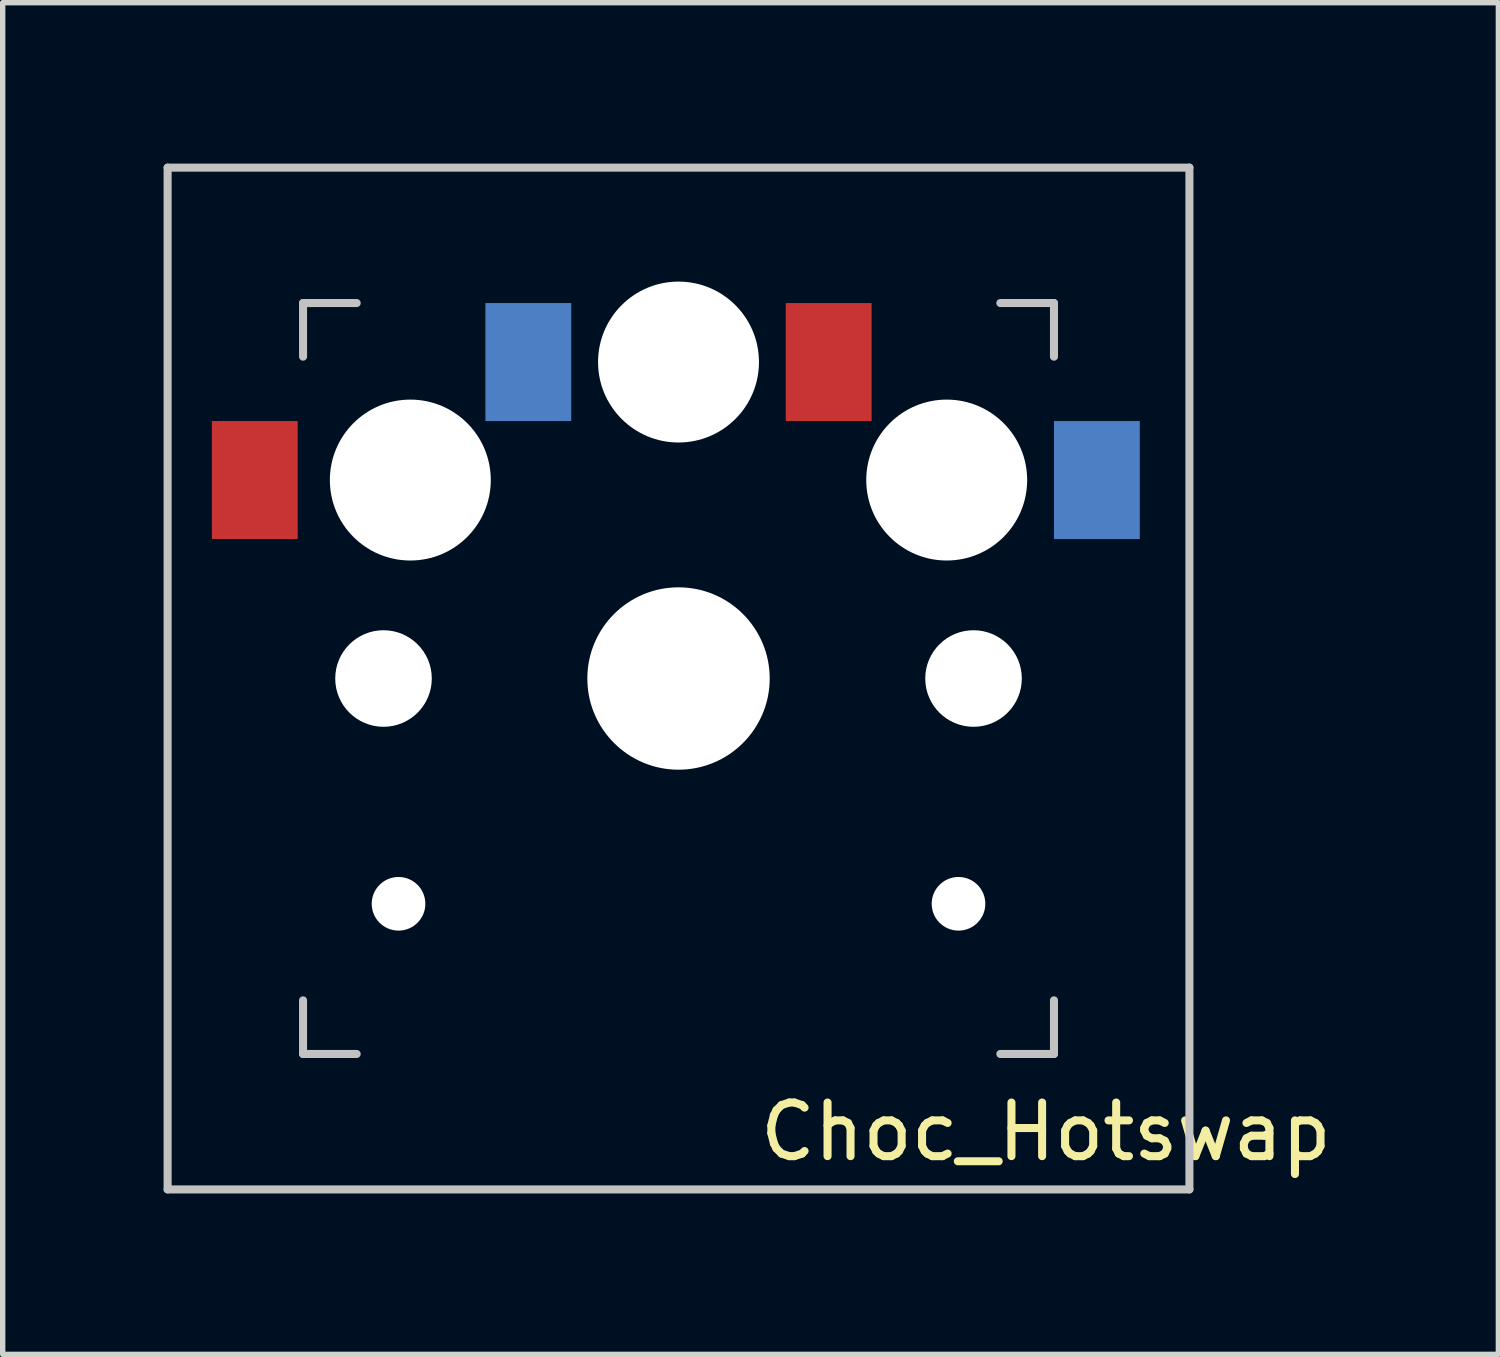
<source format=kicad_pcb>
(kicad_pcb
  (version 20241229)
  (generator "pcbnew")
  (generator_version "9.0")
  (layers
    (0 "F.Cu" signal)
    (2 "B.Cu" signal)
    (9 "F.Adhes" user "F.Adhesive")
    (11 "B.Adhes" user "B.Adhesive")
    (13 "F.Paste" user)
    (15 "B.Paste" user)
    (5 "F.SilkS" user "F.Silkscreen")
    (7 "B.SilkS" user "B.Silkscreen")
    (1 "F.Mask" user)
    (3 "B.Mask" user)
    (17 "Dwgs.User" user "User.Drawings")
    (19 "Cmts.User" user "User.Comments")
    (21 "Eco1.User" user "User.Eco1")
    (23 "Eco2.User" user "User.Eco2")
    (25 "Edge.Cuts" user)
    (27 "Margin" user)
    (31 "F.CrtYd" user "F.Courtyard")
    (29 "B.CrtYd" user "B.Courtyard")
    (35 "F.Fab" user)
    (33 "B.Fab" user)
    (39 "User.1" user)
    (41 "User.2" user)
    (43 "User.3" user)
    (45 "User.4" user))
  (footprint "Choc_Hotswap"
    (layer "F.Cu")
    (at 9.6 9.6)
    (property "Reference" "Choc_Hotswap" (at 6.85 8.45 180) (layer "F.SilkS") (effects (font (size 1 1) (thickness 0.15))))
    (attr through_hole)
    (fp_line (start -9.525 -9.525) (end 9.525 -9.525) (stroke (width 0.15) (type solid)) (layer "Dwgs.User"))
    (fp_line (start -9.525 9.525) (end -9.525 -9.525) (stroke (width 0.15) (type solid)) (layer "Dwgs.User"))
    (fp_line (start -7 -7) (end -7 -6) (stroke (width 0.15) (type solid)) (layer "Dwgs.User"))
    (fp_line (start -7 6) (end -7 7) (stroke (width 0.15) (type solid)) (layer "Dwgs.User"))
    (fp_line (start -7 7) (end -6 7) (stroke (width 0.15) (type solid)) (layer "Dwgs.User"))
    (fp_line (start -6 -7) (end -7 -7) (stroke (width 0.15) (type solid)) (layer "Dwgs.User"))
    (fp_line (start 6 -7) (end 7 -7) (stroke (width 0.15) (type solid)) (layer "Dwgs.User"))
    (fp_line (start 7 -7) (end 7 -6) (stroke (width 0.15) (type solid)) (layer "Dwgs.User"))
    (fp_line (start 7 6) (end 7 7) (stroke (width 0.15) (type solid)) (layer "Dwgs.User"))
    (fp_line (start 7 7) (end 6 7) (stroke (width 0.15) (type solid)) (layer "Dwgs.User"))
    (fp_line (start 9.525 -9.525) (end 9.525 9.525) (stroke (width 0.15) (type solid)) (layer "Dwgs.User"))
    (fp_line (start 9.525 9.525) (end -9.525 9.525) (stroke (width 0.15) (type solid)) (layer "Dwgs.User"))
    (pad "" np_thru_hole circle (at -5.5 0 270) (size 1.8 1.8) (drill 1.8) (layers "*.Cu" "*.Mask"))
    (pad "" np_thru_hole circle (at -5.22 4.2) (size 1 1) (drill 1) (layers "*.Cu" "*.Mask"))
    (pad "" np_thru_hole circle (at -5 -3.7 90) (size 3 3) (drill 3) (layers "*.Cu" "*.Mask"))
    (pad "" np_thru_hole circle (at 0 -5.9 270) (size 3 3) (drill 3) (layers "*.Cu" "*.Mask"))
    (pad "" np_thru_hole circle (at 0 0 270) (size 3.4 3.4) (drill 3.4) (layers "*.Cu" "*.Mask"))
    (pad "" np_thru_hole circle (at 5 -3.7 270) (size 3 3) (drill 3) (layers "*.Cu" "*.Mask"))
    (pad "" np_thru_hole circle (at 5.22 4.2) (size 1 1) (drill 1) (layers "*.Cu" "*.Mask"))
    (pad "" np_thru_hole circle (at 5.5 0 270) (size 1.8 1.8) (drill 1.8) (layers "*.Cu" "*.Mask"))
    (pad "1" smd rect (at -7.9 -3.7) (size 1.6 2.2) (layers "F.Cu" "F.Mask" "F.Paste"))
    (pad "1" smd rect (at 7.8 -3.7) (size 1.6 2.2) (layers "B.Cu" "B.Mask" "B.Paste"))
    (pad "2" smd rect (at -2.8 -5.9) (size 1.6 2.2) (layers "B.Cu" "B.Mask" "B.Paste"))
    (pad "2" smd rect (at 2.8 -5.9) (size 1.6 2.2) (layers "F.Cu" "F.Mask" "F.Paste")))
  (gr_rect
    (start -3 -3)
    (end 24.885 22.2)
    (stroke (width 0.1) (type default))
    (fill no)
    (layer "Edge.Cuts")))
</source>
